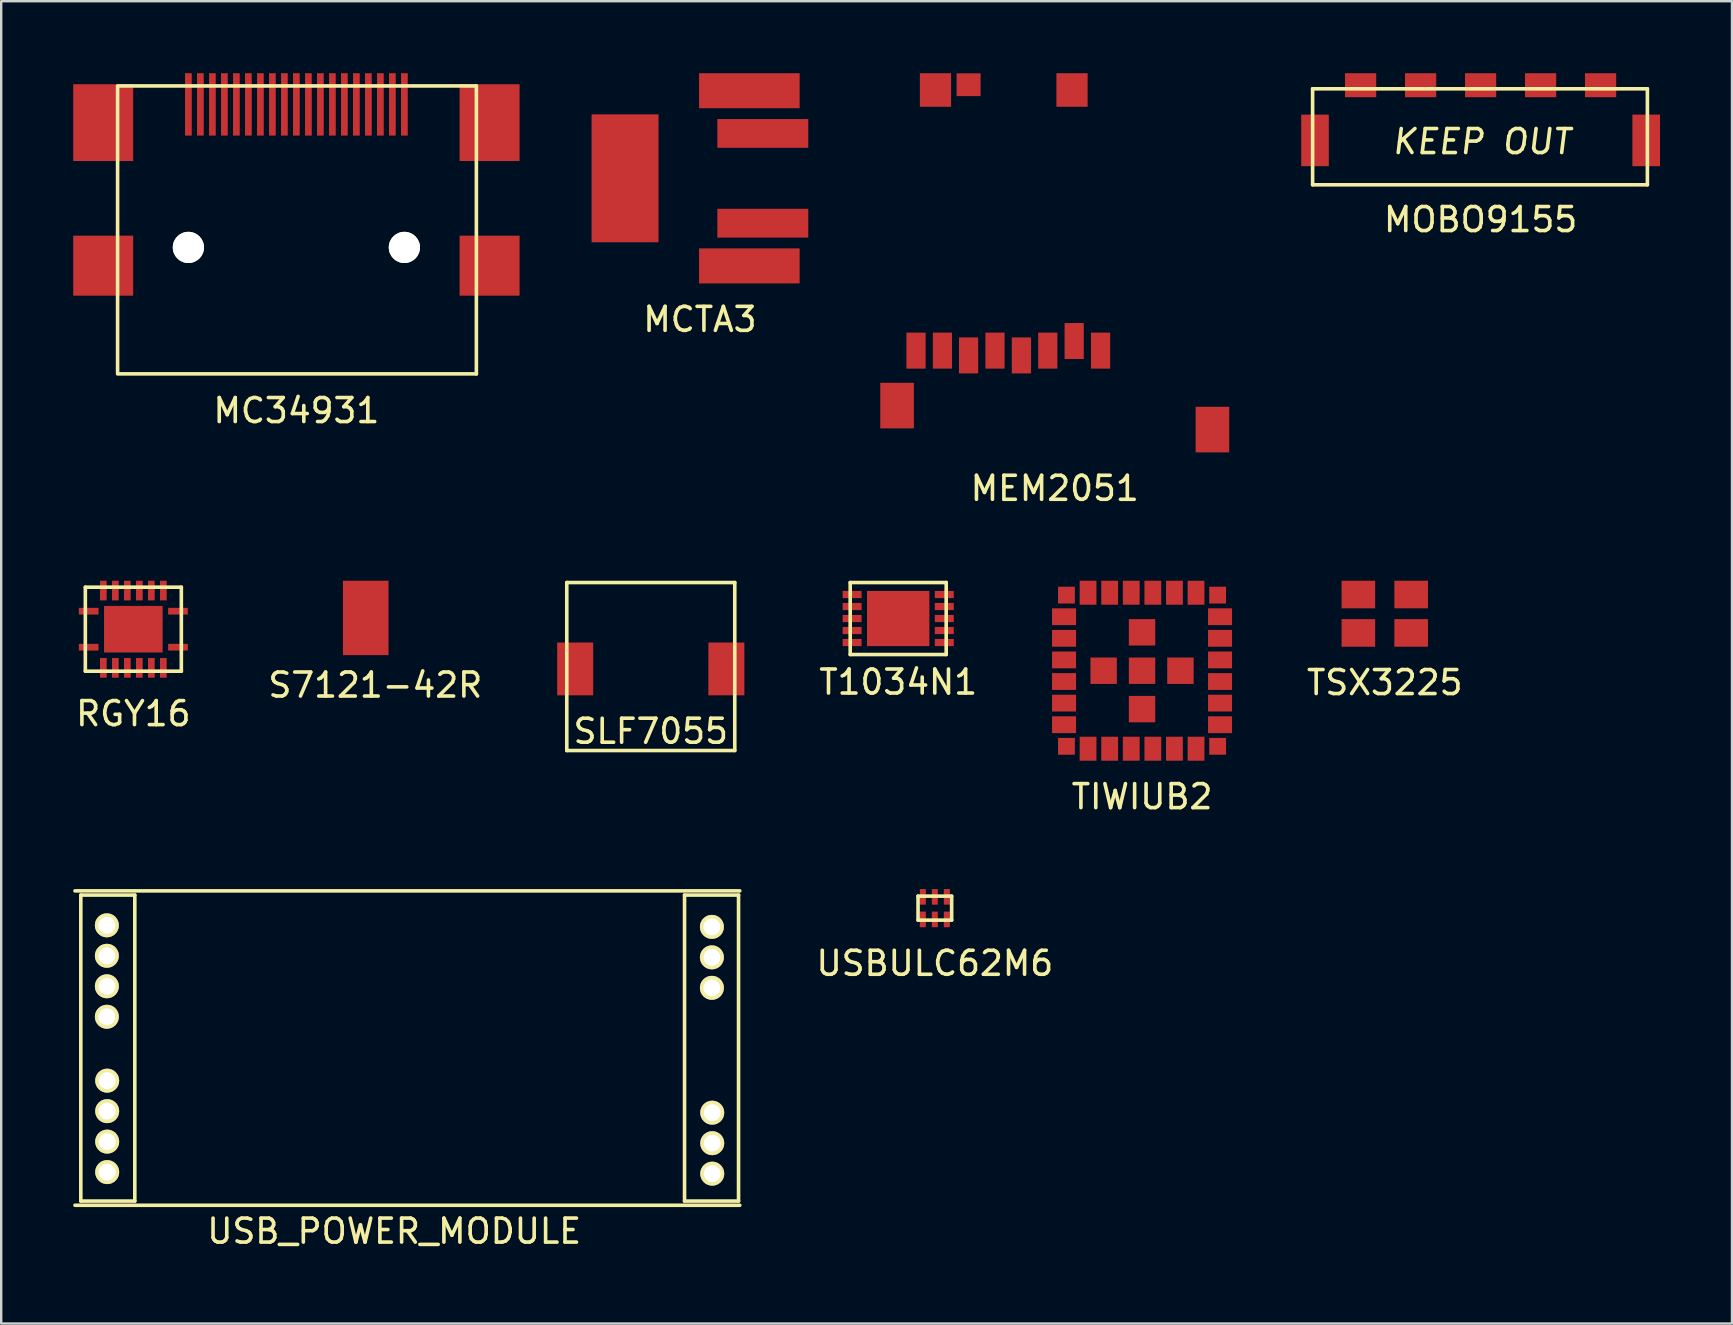
<source format=kicad_pcb>
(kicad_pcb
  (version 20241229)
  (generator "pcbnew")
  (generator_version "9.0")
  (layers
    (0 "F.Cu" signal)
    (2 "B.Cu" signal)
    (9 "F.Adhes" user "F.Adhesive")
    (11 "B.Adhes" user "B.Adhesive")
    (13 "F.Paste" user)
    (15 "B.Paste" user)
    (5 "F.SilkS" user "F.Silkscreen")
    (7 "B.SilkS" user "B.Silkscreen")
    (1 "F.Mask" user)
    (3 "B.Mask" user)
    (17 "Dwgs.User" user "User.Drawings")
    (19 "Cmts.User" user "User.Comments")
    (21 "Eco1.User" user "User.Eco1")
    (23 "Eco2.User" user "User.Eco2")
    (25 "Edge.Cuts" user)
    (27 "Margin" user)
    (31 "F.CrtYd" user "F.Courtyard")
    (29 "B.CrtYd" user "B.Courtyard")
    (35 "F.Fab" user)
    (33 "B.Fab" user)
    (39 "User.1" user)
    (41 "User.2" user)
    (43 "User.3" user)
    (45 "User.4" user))
  (footprint "RGY16"
    (layer "F.Cu")
    (at 2.506 23.168)
    (property "Reference" "RGY16" (at 0 3.52 0) (layer "F.SilkS") (effects (font (size 1 1) (thickness 0.15))))
    (attr through_hole)
    (fp_line (start -2 -1.75) (end -2 1.75) (stroke (width 0.15) (type solid)) (layer "F.SilkS"))
    (fp_line (start -2 1.75) (end 2 1.75) (stroke (width 0.15) (type solid)) (layer "F.SilkS"))
    (fp_line (start 2 -1.75) (end -2 -1.75) (stroke (width 0.15) (type solid)) (layer "F.SilkS"))
    (fp_line (start 2 1.75) (end 2 -1.75) (stroke (width 0.15) (type solid)) (layer "F.SilkS"))
    (pad "1" smd rect (at 1.86 -0.75) (size 0.82 0.28) (layers "F.Cu" "F.Mask" "F.Paste"))
    (pad "2" smd rect (at 1.25 -1.61) (size 0.28 0.82) (layers "F.Cu" "F.Mask" "F.Paste"))
    (pad "3" smd rect (at 0.75 -1.61) (size 0.28 0.82) (layers "F.Cu" "F.Mask" "F.Paste"))
    (pad "4" smd rect (at 0.25 -1.61) (size 0.28 0.82) (layers "F.Cu" "F.Mask" "F.Paste"))
    (pad "5" smd rect (at -0.25 -1.61) (size 0.28 0.82) (layers "F.Cu" "F.Mask" "F.Paste"))
    (pad "6" smd rect (at -0.75 -1.61) (size 0.28 0.82) (layers "F.Cu" "F.Mask" "F.Paste"))
    (pad "7" smd rect (at -1.25 -1.61) (size 0.28 0.82) (layers "F.Cu" "F.Mask" "F.Paste"))
    (pad "8" smd rect (at -1.86 -0.75) (size 0.82 0.28) (layers "F.Cu" "F.Mask" "F.Paste"))
    (pad "9" smd rect (at -1.86 0.75) (size 0.82 0.28) (layers "F.Cu" "F.Mask" "F.Paste"))
    (pad "10" smd rect (at -1.25 1.61) (size 0.28 0.82) (layers "F.Cu" "F.Mask" "F.Paste"))
    (pad "11" smd rect (at -0.75 1.61) (size 0.28 0.82) (layers "F.Cu" "F.Mask" "F.Paste"))
    (pad "12" smd rect (at -0.25 1.61) (size 0.28 0.82) (layers "F.Cu" "F.Mask" "F.Paste"))
    (pad "13" smd rect (at 0.25 1.61) (size 0.28 0.82) (layers "F.Cu" "F.Mask" "F.Paste"))
    (pad "14" smd rect (at 0.75 1.61) (size 0.28 0.82) (layers "F.Cu" "F.Mask" "F.Paste"))
    (pad "15" smd rect (at 1.25 1.61) (size 0.28 0.82) (layers "F.Cu" "F.Mask" "F.Paste"))
    (pad "16" smd rect (at 1.86 0.75) (size 0.82 0.28) (layers "F.Cu" "F.Mask" "F.Paste"))
    (pad "17" smd rect (at 0 0) (size 2.44 1.94) (layers "F.Cu" "F.Mask" "F.Paste")))
  (footprint "S7121-42R"
    (layer "F.Cu")
    (at 12.389 23.498)
    (property "Reference" "S7121-42R" (at 0.2 2 0) (layer "F.SilkS") (effects (font (size 1 1) (thickness 0.15))))
    (attr through_hole)
    (pad "1" smd rect (at -0.2 -0.8) (size 1.9 3.1) (layers "F.Cu" "F.Mask" "F.Paste")))
  (footprint "MOBO9155"
    (layer "F.Cu")
    (at 58.645 2.3)
    (property "Reference" "MOBO9155" (at 0 3.8 0) (layer "F.SilkS") (effects (font (size 1 1) (thickness 0.15))))
    (attr through_hole)
    (fp_line (start -7 -1.65) (end 6.95 -1.65) (stroke (width 0.15) (type solid)) (layer "F.SilkS"))
    (fp_line (start -7 2.35) (end -7 -1.65) (stroke (width 0.15) (type solid)) (layer "F.SilkS"))
    (fp_line (start 6.95 -1.65) (end 6.95 2.35) (stroke (width 0.15) (type solid)) (layer "F.SilkS"))
    (fp_line (start 6.95 2.35) (end -7 2.35) (stroke (width 0.15) (type solid)) (layer "F.SilkS"))
    (fp_text user "KEEP OUT" (at 0.05 0.55 0) (layer "F.SilkS") (effects (font (size 1 1) (thickness 0.15) (italic yes))))
    (pad "1" smd rect (at -5 -1.8) (size 1.3 1) (layers "F.Cu" "F.Mask" "F.Paste"))
    (pad "2" smd rect (at -2.5 -1.8) (size 1.3 1) (layers "F.Cu" "F.Mask" "F.Paste"))
    (pad "3" smd rect (at 0 -1.8) (size 1.3 1) (layers "F.Cu" "F.Mask" "F.Paste"))
    (pad "4" smd rect (at 2.5 -1.8) (size 1.3 1) (layers "F.Cu" "F.Mask" "F.Paste"))
    (pad "5" smd rect (at 5 -1.8) (size 1.3 1) (layers "F.Cu" "F.Mask" "F.Paste"))
    (pad "6" smd rect (at -6.9 0.5) (size 1.15 2.15) (layers "F.Cu" "F.Mask" "F.Paste"))
    (pad "7" smd rect (at 6.9 0.5) (size 1.15 2.15) (layers "F.Cu" "F.Mask" "F.Paste")))
  (footprint "TIWIUB2"
    (layer "F.Cu")
    (at 44.538 24.898)
    (property "Reference" "TIWIUB2" (at 0 5.25 0) (layer "F.SilkS") (effects (font (size 1 1) (thickness 0.15))))
    (attr through_hole)
    (pad "1" smd rect (at -2.25 3.25) (size 0.7 1) (layers "F.Cu" "F.Mask" "F.Paste"))
    (pad "2" smd rect (at -1.35 3.25) (size 0.7 1) (layers "F.Cu" "F.Mask" "F.Paste"))
    (pad "3" smd rect (at -0.45 3.25) (size 0.7 1) (layers "F.Cu" "F.Mask" "F.Paste"))
    (pad "4" smd rect (at 0.45 3.25) (size 0.7 1) (layers "F.Cu" "F.Mask" "F.Paste"))
    (pad "5" smd rect (at 1.35 3.25) (size 0.7 1) (layers "F.Cu" "F.Mask" "F.Paste"))
    (pad "6" smd rect (at 2.25 3.25) (size 0.7 1) (layers "F.Cu" "F.Mask" "F.Paste"))
    (pad "7" smd rect (at 3.25 2.25) (size 1 0.7) (layers "F.Cu" "F.Mask" "F.Paste"))
    (pad "8" smd rect (at 3.25 1.35) (size 1 0.7) (layers "F.Cu" "F.Mask" "F.Paste"))
    (pad "9" smd rect (at 3.25 0.45) (size 1 0.7) (layers "F.Cu" "F.Mask" "F.Paste"))
    (pad "10" smd rect (at 3.25 -0.45) (size 1 0.7) (layers "F.Cu" "F.Mask" "F.Paste"))
    (pad "11" smd rect (at 3.25 -1.35) (size 1 0.7) (layers "F.Cu" "F.Mask" "F.Paste"))
    (pad "12" smd rect (at 3.25 -2.25) (size 1 0.7) (layers "F.Cu" "F.Mask" "F.Paste"))
    (pad "13" smd rect (at 2.25 -3.25) (size 0.7 1) (layers "F.Cu" "F.Mask" "F.Paste"))
    (pad "14" smd rect (at 1.35 -3.25) (size 0.7 1) (layers "F.Cu" "F.Mask" "F.Paste"))
    (pad "15" smd rect (at 0.45 -3.25) (size 0.7 1) (layers "F.Cu" "F.Mask" "F.Paste"))
    (pad "16" smd rect (at -0.45 -3.25) (size 0.7 1) (layers "F.Cu" "F.Mask" "F.Paste"))
    (pad "17" smd rect (at -1.35 -3.25) (size 0.7 1) (layers "F.Cu" "F.Mask" "F.Paste"))
    (pad "18" smd rect (at -2.25 -3.25) (size 0.7 1) (layers "F.Cu" "F.Mask" "F.Paste"))
    (pad "19" smd rect (at -3.25 -2.25) (size 1 0.7) (layers "F.Cu" "F.Mask" "F.Paste"))
    (pad "20" smd rect (at -3.25 -1.35) (size 1 0.7) (layers "F.Cu" "F.Mask" "F.Paste"))
    (pad "21" smd rect (at -3.25 -0.45) (size 1 0.7) (layers "F.Cu" "F.Mask" "F.Paste"))
    (pad "22" smd rect (at -3.25 0.45) (size 1 0.7) (layers "F.Cu" "F.Mask" "F.Paste"))
    (pad "23" smd rect (at -3.25 1.35) (size 1 0.7) (layers "F.Cu" "F.Mask" "F.Paste"))
    (pad "24" smd rect (at -3.25 2.25) (size 1 0.7) (layers "F.Cu" "F.Mask" "F.Paste"))
    (pad "25" smd rect (at 0 1.6) (size 1.1 1.1) (layers "F.Cu" "F.Mask" "F.Paste"))
    (pad "26" smd rect (at -1.6 0) (size 1.1 1.1) (layers "F.Cu" "F.Mask" "F.Paste"))
    (pad "27" smd rect (at 0 0) (size 1.1 1.1) (layers "F.Cu" "F.Mask" "F.Paste"))
    (pad "28" smd rect (at 1.6 0) (size 1.1 1.1) (layers "F.Cu" "F.Mask" "F.Paste"))
    (pad "29" smd rect (at 0 -1.6) (size 1.1 1.1) (layers "F.Cu" "F.Mask" "F.Paste"))
    (pad "30" smd rect (at -3.15 3.15) (size 0.7 0.7) (layers "F.Cu" "F.Mask" "F.Paste"))
    (pad "31" smd rect (at 3.15 3.15) (size 0.7 0.7) (layers "F.Cu" "F.Mask" "F.Paste"))
    (pad "32" smd rect (at 3.15 -3.15) (size 0.7 0.7) (layers "F.Cu" "F.Mask" "F.Paste"))
    (pad "33" smd rect (at -3.15 -3.15) (size 0.7 0.7) (layers "F.Cu" "F.Mask" "F.Paste")))
  (footprint "MEM2051"
    (layer "F.Cu")
    (at 40.9 7.9)
    (property "Reference" "MEM2051" (at 0 9.4 0) (layer "F.SilkS") (effects (font (size 1 1) (thickness 0.15))))
    (attr through_hole)
    (pad "1" smd rect (at -6.57 5.95) (size 1.4 1.9) (layers "F.Cu" "F.Mask" "F.Paste"))
    (pad "2" smd rect (at 6.57 6.95) (size 1.4 1.9) (layers "F.Cu" "F.Mask" "F.Paste"))
    (pad "3" smd rect (at -5.78 3.66) (size 0.8 1.5) (layers "F.Cu" "F.Mask" "F.Paste"))
    (pad "4" smd rect (at -4.68 3.66) (size 0.8 1.5) (layers "F.Cu" "F.Mask" "F.Paste"))
    (pad "5" smd rect (at -3.59 3.86) (size 0.8 1.5) (layers "F.Cu" "F.Mask" "F.Paste"))
    (pad "6" smd rect (at -2.49 3.66) (size 0.8 1.5) (layers "F.Cu" "F.Mask" "F.Paste"))
    (pad "7" smd rect (at -1.39 3.86) (size 0.8 1.5) (layers "F.Cu" "F.Mask" "F.Paste"))
    (pad "8" smd rect (at -0.29 3.66) (size 0.8 1.5) (layers "F.Cu" "F.Mask" "F.Paste"))
    (pad "9" smd rect (at 0.81 3.26) (size 0.8 1.5) (layers "F.Cu" "F.Mask" "F.Paste"))
    (pad "10" smd rect (at 1.91 3.66) (size 0.8 1.5) (layers "F.Cu" "F.Mask" "F.Paste"))
    (pad "11" smd rect (at -4.97 -7.2) (size 1.3 1.4) (layers "F.Cu" "F.Mask" "F.Paste"))
    (pad "12" smd rect (at 0.72 -7.2) (size 1.3 1.4) (layers "F.Cu" "F.Mask" "F.Paste"))
    (pad "13" smd rect (at -3.59 -7.42) (size 1 0.95) (layers "F.Cu" "F.Mask" "F.Paste")))
  (footprint "TSX3225"
    (layer "F.Cu")
    (at 54.651 22.523)
    (property "Reference" "TSX3225" (at 0 2.87 0) (layer "F.SilkS") (effects (font (size 1 1) (thickness 0.15))))
    (attr through_hole)
    (pad "1" smd rect (at -1.1 -0.8) (size 1.4 1.15) (layers "F.Cu" "F.Mask" "F.Paste"))
    (pad "2" smd rect (at 1.1 -0.8) (size 1.4 1.15) (layers "F.Cu" "F.Mask" "F.Paste"))
    (pad "3" smd rect (at -1.1 0.8) (size 1.4 1.15) (layers "F.Cu" "F.Mask" "F.Paste"))
    (pad "4" smd rect (at 1.1 0.8) (size 1.4 1.15) (layers "F.Cu" "F.Mask" "F.Paste")))
  (footprint "USB_POWER_MODULE"
    (layer "F.Cu")
    (at 13.375 43.172)
    (property "Reference" "USB_POWER_MODULE" (at 0 5.08 0) (layer "F.SilkS") (effects (font (size 1 1) (thickness 0.15))))
    (attr through_hole)
    (fp_line (start -13.3 -9.1) (end 14.4 -9.1) (stroke (width 0.15) (type solid)) (layer "F.SilkS"))
    (fp_line (start -13.3 4) (end 14.4 4) (stroke (width 0.15) (type solid)) (layer "F.SilkS"))
    (fp_line (start -13.058 -8.925) (end -10.808 -8.925) (stroke (width 0.15) (type solid)) (layer "F.SilkS"))
    (fp_line (start -13.058 3.825) (end -13.058 -8.925) (stroke (width 0.15) (type solid)) (layer "F.SilkS"))
    (fp_line (start -10.808 -8.925) (end -10.808 3.825) (stroke (width 0.15) (type solid)) (layer "F.SilkS"))
    (fp_line (start -10.808 3.825) (end -13.058 3.825) (stroke (width 0.15) (type solid)) (layer "F.SilkS"))
    (fp_line (start 12.099 -8.926) (end 14.349 -8.926) (stroke (width 0.15) (type solid)) (layer "F.SilkS"))
    (fp_line (start 12.099 3.824) (end 12.099 -8.926) (stroke (width 0.15) (type solid)) (layer "F.SilkS"))
    (fp_line (start 14.349 -8.926) (end 14.349 3.824) (stroke (width 0.15) (type solid)) (layer "F.SilkS"))
    (fp_line (start 14.349 3.824) (end 12.099 3.824) (stroke (width 0.15) (type solid)) (layer "F.SilkS"))
    (pad "1" thru_hole circle (at -11.972 -7.665) (size 1 1) (drill 0.7) (layers "*.Cu" "*.Mask" "F.SilkS"))
    (pad "2" thru_hole circle (at -11.972 -6.395) (size 1 1) (drill 0.7) (layers "*.Cu" "*.Mask" "F.SilkS"))
    (pad "3" thru_hole circle (at -11.972 -5.125) (size 1 1) (drill 0.7) (layers "*.Cu" "*.Mask" "F.SilkS"))
    (pad "4" thru_hole circle (at -11.972 -3.855) (size 1 1) (drill 0.7) (layers "*.Cu" "*.Mask" "F.SilkS"))
    (pad "5" thru_hole circle (at -11.959 -1.192) (size 1 1) (drill 0.7) (layers "*.Cu" "*.Mask" "F.SilkS"))
    (pad "6" thru_hole circle (at -11.959 0.078) (size 1 1) (drill 0.7) (layers "*.Cu" "*.Mask" "F.SilkS"))
    (pad "7" thru_hole circle (at -11.959 1.348) (size 1 1) (drill 0.7) (layers "*.Cu" "*.Mask" "F.SilkS"))
    (pad "8" thru_hole circle (at -11.959 2.618) (size 1 1) (drill 0.7) (layers "*.Cu" "*.Mask" "F.SilkS"))
    (pad "9" thru_hole circle (at 13.239 -7.6) (size 1 1) (drill 0.7) (layers "*.Cu" "*.Mask" "F.SilkS"))
    (pad "10" thru_hole circle (at 13.239 -6.33) (size 1 1) (drill 0.7) (layers "*.Cu" "*.Mask" "F.SilkS"))
    (pad "11" thru_hole circle (at 13.239 -5.06) (size 1 1) (drill 0.7) (layers "*.Cu" "*.Mask" "F.SilkS"))
    (pad "12" thru_hole circle (at 13.253 0.143) (size 1 1) (drill 0.7) (layers "*.Cu" "*.Mask" "F.SilkS"))
    (pad "13" thru_hole circle (at 13.253 1.413) (size 1 1) (drill 0.7) (layers "*.Cu" "*.Mask" "F.SilkS"))
    (pad "14" thru_hole circle (at 13.253 2.683) (size 1 1) (drill 0.7) (layers "*.Cu" "*.Mask" "F.SilkS")))
  (footprint "MC34931"
    (layer "F.Cu")
    (at 9.3 6.28)
    (property "Reference" "MC34931" (at 0 7.78 0) (layer "F.SilkS") (effects (font (size 1 1) (thickness 0.15))))
    (attr through_hole)
    (fp_line (start -7.45 6.2) (end -7.45 -5.75) (stroke (width 0.15) (type solid)) (layer "F.SilkS"))
    (fp_line (start -7.45 6.25) (end 7.5 6.25) (stroke (width 0.15) (type solid)) (layer "F.SilkS"))
    (fp_line (start -7.4 -5.75) (end 7.5 -5.75) (stroke (width 0.15) (type solid)) (layer "F.SilkS"))
    (fp_line (start 7.5 6.25) (end 7.5 -5.75) (stroke (width 0.15) (type solid)) (layer "F.SilkS"))
    (pad "" np_thru_hole circle (at -4.5 0.98) (size 1.3 1.3) (drill 1.3) (layers "*.Cu" "*.Mask" "F.SilkS"))
    (pad "" np_thru_hole circle (at 4.5 0.98) (size 1.3 1.3) (drill 1.3) (layers "*.Cu" "*.Mask" "F.SilkS"))
    (pad "1" smd rect (at -4.5 -4.98) (size 0.28 2.6) (layers "F.Cu" "F.Mask" "F.Paste"))
    (pad "2" smd rect (at -4 -4.98) (size 0.28 2.6) (layers "F.Cu" "F.Mask" "F.Paste"))
    (pad "3" smd rect (at -3.5 -4.98) (size 0.28 2.6) (layers "F.Cu" "F.Mask" "F.Paste"))
    (pad "4" smd rect (at -3 -4.98) (size 0.28 2.6) (layers "F.Cu" "F.Mask" "F.Paste"))
    (pad "5" smd rect (at -2.5 -4.98) (size 0.28 2.6) (layers "F.Cu" "F.Mask" "F.Paste"))
    (pad "6" smd rect (at -2 -4.98) (size 0.28 2.6) (layers "F.Cu" "F.Mask" "F.Paste"))
    (pad "7" smd rect (at -1.5 -4.98) (size 0.28 2.6) (layers "F.Cu" "F.Mask" "F.Paste"))
    (pad "8" smd rect (at -1 -4.98) (size 0.28 2.6) (layers "F.Cu" "F.Mask" "F.Paste"))
    (pad "9" smd rect (at -0.5 -4.98) (size 0.28 2.6) (layers "F.Cu" "F.Mask" "F.Paste"))
    (pad "10" smd rect (at 0 -4.98) (size 0.28 2.6) (layers "F.Cu" "F.Mask" "F.Paste"))
    (pad "11" smd rect (at 0.5 -4.98) (size 0.28 2.6) (layers "F.Cu" "F.Mask" "F.Paste"))
    (pad "12" smd rect (at 1 -4.98) (size 0.28 2.6) (layers "F.Cu" "F.Mask" "F.Paste"))
    (pad "13" smd rect (at 1.5 -4.98) (size 0.28 2.6) (layers "F.Cu" "F.Mask" "F.Paste"))
    (pad "14" smd rect (at 2 -4.98) (size 0.28 2.6) (layers "F.Cu" "F.Mask" "F.Paste"))
    (pad "15" smd rect (at 2.5 -4.98) (size 0.28 2.6) (layers "F.Cu" "F.Mask" "F.Paste"))
    (pad "16" smd rect (at 3 -4.98) (size 0.28 2.6) (layers "F.Cu" "F.Mask" "F.Paste"))
    (pad "17" smd rect (at 3.5 -4.98) (size 0.28 2.6) (layers "F.Cu" "F.Mask" "F.Paste"))
    (pad "18" smd rect (at 4 -4.98) (size 0.28 2.6) (layers "F.Cu" "F.Mask" "F.Paste"))
    (pad "19" smd rect (at 4.5 -4.98) (size 0.28 2.6) (layers "F.Cu" "F.Mask" "F.Paste"))
    (pad "20" smd rect (at -8.05 -4.22) (size 2.5 3.2) (layers "F.Cu" "F.Mask" "F.Paste"))
    (pad "21" smd rect (at 8.05 -4.22) (size 2.5 3.2) (layers "F.Cu" "F.Mask" "F.Paste"))
    (pad "22" smd rect (at -8.05 1.74) (size 2.5 2.5) (layers "F.Cu" "F.Mask" "F.Paste"))
    (pad "23" smd rect (at 8.05 1.74) (size 2.5 2.5) (layers "F.Cu" "F.Mask" "F.Paste")))
  (footprint "MCTA3"
    (layer "F.Cu")
    (at 26.115 4.38)
    (property "Reference" "MCTA3" (at 0 5.88 0) (layer "F.SilkS") (effects (font (size 1 1) (thickness 0.15))))
    (attr through_hole)
    (pad "1" smd rect (at 2.62 -1.87) (size 3.79 1.2) (layers "F.Cu" "F.Mask" "F.Paste"))
    (pad "2" smd rect (at 2.62 1.87) (size 3.79 1.2) (layers "F.Cu" "F.Mask" "F.Paste"))
    (pad "3" smd rect (at 2.06 3.65) (size 4.19 1.46) (layers "F.Cu" "F.Mask" "F.Paste"))
    (pad "4" smd rect (at 2.06 -3.65) (size 4.19 1.46) (layers "F.Cu" "F.Mask" "F.Paste"))
    (pad "5" smd rect (at -3.12 0) (size 2.79 5.33) (layers "F.Cu" "F.Mask" "F.Paste")))
  (footprint "T1034N1"
    (layer "F.Cu")
    (at 34.377 22.723)
    (property "Reference" "T1034N1" (at 0 2.65 0) (layer "F.SilkS") (effects (font (size 1 1) (thickness 0.15))))
    (attr through_hole)
    (fp_line (start -2 -1.5) (end 2 -1.5) (stroke (width 0.15) (type solid)) (layer "F.SilkS"))
    (fp_line (start -2 1.5) (end -2 -1.5) (stroke (width 0.15) (type solid)) (layer "F.SilkS"))
    (fp_line (start 2 -1.5) (end 2 1.5) (stroke (width 0.15) (type solid)) (layer "F.SilkS"))
    (fp_line (start 2 1.5) (end -2 1.5) (stroke (width 0.15) (type solid)) (layer "F.SilkS"))
    (pad "1" smd rect (at -1.92 -1) (size 0.79 0.3) (layers "F.Cu" "F.Mask" "F.Paste"))
    (pad "2" smd rect (at -1.92 -0.5) (size 0.79 0.3) (layers "F.Cu" "F.Mask" "F.Paste"))
    (pad "3" smd rect (at -1.92 0) (size 0.79 0.3) (layers "F.Cu" "F.Mask" "F.Paste"))
    (pad "4" smd rect (at -1.92 0.5) (size 0.79 0.3) (layers "F.Cu" "F.Mask" "F.Paste"))
    (pad "5" smd rect (at -1.92 1) (size 0.79 0.3) (layers "F.Cu" "F.Mask" "F.Paste"))
    (pad "6" smd rect (at 1.92 1) (size 0.79 0.3) (layers "F.Cu" "F.Mask" "F.Paste"))
    (pad "7" smd rect (at 1.92 0.5) (size 0.79 0.3) (layers "F.Cu" "F.Mask" "F.Paste"))
    (pad "8" smd rect (at 1.92 0) (size 0.79 0.3) (layers "F.Cu" "F.Mask" "F.Paste"))
    (pad "9" smd rect (at 1.92 -0.5) (size 0.79 0.3) (layers "F.Cu" "F.Mask" "F.Paste"))
    (pad "10" smd rect (at 1.92 -1) (size 0.79 0.3) (layers "F.Cu" "F.Mask" "F.Paste"))
    (pad "11" smd rect (at 0 0) (size 2.6 2.3) (layers "F.Cu" "F.Mask" "F.Paste")))
  (footprint "USBULC62M6"
    (layer "F.Cu")
    (at 35.904 34.791)
    (property "Reference" "USBULC62M6" (at 0 2.3 0) (layer "F.SilkS") (effects (font (size 1 1) (thickness 0.15))))
    (attr through_hole)
    (fp_line (start -0.7 -0.5) (end 0.7 -0.5) (stroke (width 0.15) (type solid)) (layer "F.SilkS"))
    (fp_line (start -0.7 0.5) (end -0.7 -0.5) (stroke (width 0.15) (type solid)) (layer "F.SilkS"))
    (fp_line (start 0.7 -0.5) (end 0.7 0.5) (stroke (width 0.15) (type solid)) (layer "F.SilkS"))
    (fp_line (start 0.7 0.5) (end -0.7 0.5) (stroke (width 0.15) (type solid)) (layer "F.SilkS"))
    (pad "1" smd rect (at -0.5 0.47) (size 0.25 0.65) (layers "F.Cu" "F.Mask" "F.Paste"))
    (pad "2" smd rect (at 0 0.47) (size 0.25 0.65) (layers "F.Cu" "F.Mask" "F.Paste"))
    (pad "3" smd rect (at 0.5 0.47) (size 0.25 0.65) (layers "F.Cu" "F.Mask" "F.Paste"))
    (pad "4" smd rect (at 0.5 -0.47) (size 0.25 0.65) (layers "F.Cu" "F.Mask" "F.Paste"))
    (pad "5" smd rect (at 0 -0.47) (size 0.25 0.65) (layers "F.Cu" "F.Mask" "F.Paste"))
    (pad "6" smd rect (at -0.5 -0.47) (size 0.25 0.65) (layers "F.Cu" "F.Mask" "F.Paste")))
  (footprint "SLF7055"
    (layer "F.Cu")
    (at 24.067 24.823)
    (property "Reference" "SLF7055" (at 0 2.6 0) (layer "F.SilkS") (effects (font (size 1 1) (thickness 0.15))))
    (attr through_hole)
    (fp_line (start -3.5 -3.6) (end -3.5 3.4) (stroke (width 0.15) (type solid)) (layer "F.SilkS"))
    (fp_line (start -3.5 3.4) (end 3.5 3.4) (stroke (width 0.15) (type solid)) (layer "F.SilkS"))
    (fp_line (start 3.5 -3.6) (end -3.5 -3.6) (stroke (width 0.15) (type solid)) (layer "F.SilkS"))
    (fp_line (start 3.5 3.4) (end 3.5 -3.6) (stroke (width 0.15) (type solid)) (layer "F.SilkS"))
    (pad "1" smd rect (at -3.15 0) (size 1.5 2.2) (layers "F.Cu" "F.Mask" "F.Paste"))
    (pad "2" smd rect (at 3.15 0) (size 1.5 2.2) (layers "F.Cu" "F.Mask" "F.Paste")))
  (gr_rect
    (start -3 -3)
    (end 69.12 52.1)
    (stroke (width 0.1) (type default))
    (fill no)
    (layer "Edge.Cuts")))
</source>
